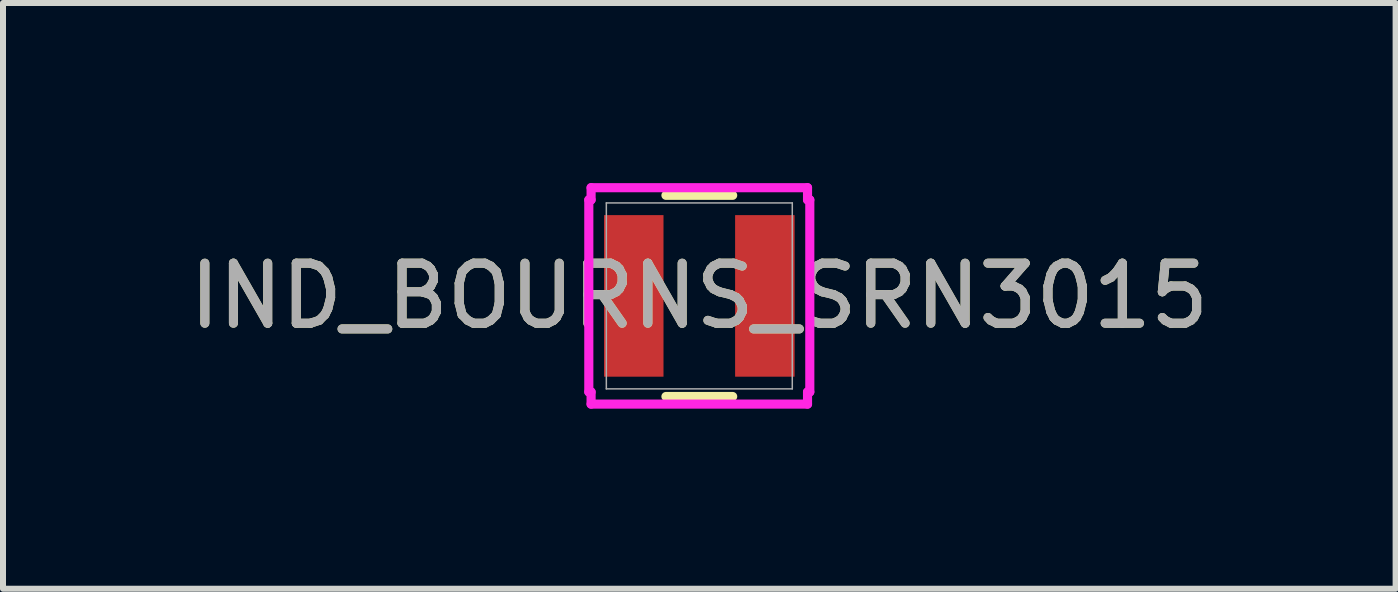
<source format=kicad_pcb>
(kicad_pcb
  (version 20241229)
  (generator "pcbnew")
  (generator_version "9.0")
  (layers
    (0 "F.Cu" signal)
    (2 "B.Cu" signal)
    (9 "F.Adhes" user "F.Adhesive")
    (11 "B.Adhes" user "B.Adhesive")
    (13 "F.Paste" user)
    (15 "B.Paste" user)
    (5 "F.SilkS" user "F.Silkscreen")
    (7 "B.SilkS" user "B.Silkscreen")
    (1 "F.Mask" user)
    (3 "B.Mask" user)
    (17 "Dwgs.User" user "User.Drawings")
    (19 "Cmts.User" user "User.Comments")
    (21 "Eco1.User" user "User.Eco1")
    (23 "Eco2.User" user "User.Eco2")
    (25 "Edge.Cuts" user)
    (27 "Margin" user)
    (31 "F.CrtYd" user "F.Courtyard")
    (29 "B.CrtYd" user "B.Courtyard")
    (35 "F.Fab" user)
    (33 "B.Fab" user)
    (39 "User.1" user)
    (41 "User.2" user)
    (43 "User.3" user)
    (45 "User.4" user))
  (footprint "IND_BOURNS_SRN3015"
    (layer "F.Cu")
    (at 8.601 1.88)
    (property "Reference" "IND_BOURNS_SRN3015" (at 0 0 0) (unlocked yes) (layer "F.SilkS") (effects (font (size 1 1) (thickness 0.15))))
    (attr smd)
    (fp_line (start -0.556 1.676) (end 0.556 1.676) (stroke (width 0.152) (type solid)) (layer "F.SilkS"))
    (fp_line (start 0.556 -1.676) (end -0.556 -1.676) (stroke (width 0.152) (type solid)) (layer "F.SilkS"))
    (fp_line (start -1.841 -1.6) (end -1.803 -1.6) (stroke (width 0.152) (type solid)) (layer "F.CrtYd"))
    (fp_line (start -1.841 1.6) (end -1.841 -1.6) (stroke (width 0.152) (type solid)) (layer "F.CrtYd"))
    (fp_line (start -1.803 -1.803) (end 1.803 -1.803) (stroke (width 0.152) (type solid)) (layer "F.CrtYd"))
    (fp_line (start -1.803 -1.6) (end -1.803 -1.803) (stroke (width 0.152) (type solid)) (layer "F.CrtYd"))
    (fp_line (start -1.803 1.6) (end -1.841 1.6) (stroke (width 0.152) (type solid)) (layer "F.CrtYd"))
    (fp_line (start -1.803 1.803) (end -1.803 1.6) (stroke (width 0.152) (type solid)) (layer "F.CrtYd"))
    (fp_line (start 1.803 -1.803) (end 1.803 -1.6) (stroke (width 0.152) (type solid)) (layer "F.CrtYd"))
    (fp_line (start 1.803 -1.6) (end 1.841 -1.6) (stroke (width 0.152) (type solid)) (layer "F.CrtYd"))
    (fp_line (start 1.803 1.6) (end 1.803 1.803) (stroke (width 0.152) (type solid)) (layer "F.CrtYd"))
    (fp_line (start 1.803 1.803) (end -1.803 1.803) (stroke (width 0.152) (type solid)) (layer "F.CrtYd"))
    (fp_line (start 1.841 -1.6) (end 1.841 1.6) (stroke (width 0.152) (type solid)) (layer "F.CrtYd"))
    (fp_line (start 1.841 1.6) (end 1.803 1.6) (stroke (width 0.152) (type solid)) (layer "F.CrtYd"))
    (fp_line (start -1.549 -1.549) (end -1.549 1.549) (stroke (width 0.025) (type solid)) (layer "F.Fab"))
    (fp_line (start -1.549 1.549) (end 1.549 1.549) (stroke (width 0.025) (type solid)) (layer "F.Fab"))
    (fp_line (start 1.549 -1.549) (end -1.549 -1.549) (stroke (width 0.025) (type solid)) (layer "F.Fab"))
    (fp_line (start 1.549 1.549) (end 1.549 -1.549) (stroke (width 0.025) (type solid)) (layer "F.Fab"))
    (fp_circle (center -1.473 0) (end -1.473 0) (stroke (width 0.025) (type solid)) (fill no) (layer "F.Fab"))
    (fp_text user "${REFERENCE}" (at 0 0 0) (unlocked yes) (layer "F.Fab") (effects (font (size 1 1) (thickness 0.15))))
    (pad "1" smd rect (at -1.092 0) (size 0.991 2.692) (layers "F.Cu" "F.Mask" "F.Paste"))
    (pad "2" smd rect (at 1.092 0) (size 0.991 2.692) (layers "F.Cu" "F.Mask" "F.Paste"))
    (zone (net_name "") (layer "F.Cu") (hatch full 0.508) (connect_pads) (min_thickness 0.254) (filled_areas_thickness no) (keepout (tracks not_allowed) (vias not_allowed) (pads allowed) (copperpour not_allowed) (footprints allowed)) (placement (enabled no)) (fill) (polygon (pts (xy 8.055 0.381) (xy 9.147 0.381) (xy 9.147 3.378) (xy 8.055 3.378)))))
  (gr_rect
    (start -3 -3)
    (end 20.202 6.759)
    (stroke (width 0.1) (type default))
    (fill no)
    (layer "Edge.Cuts")))
</source>
